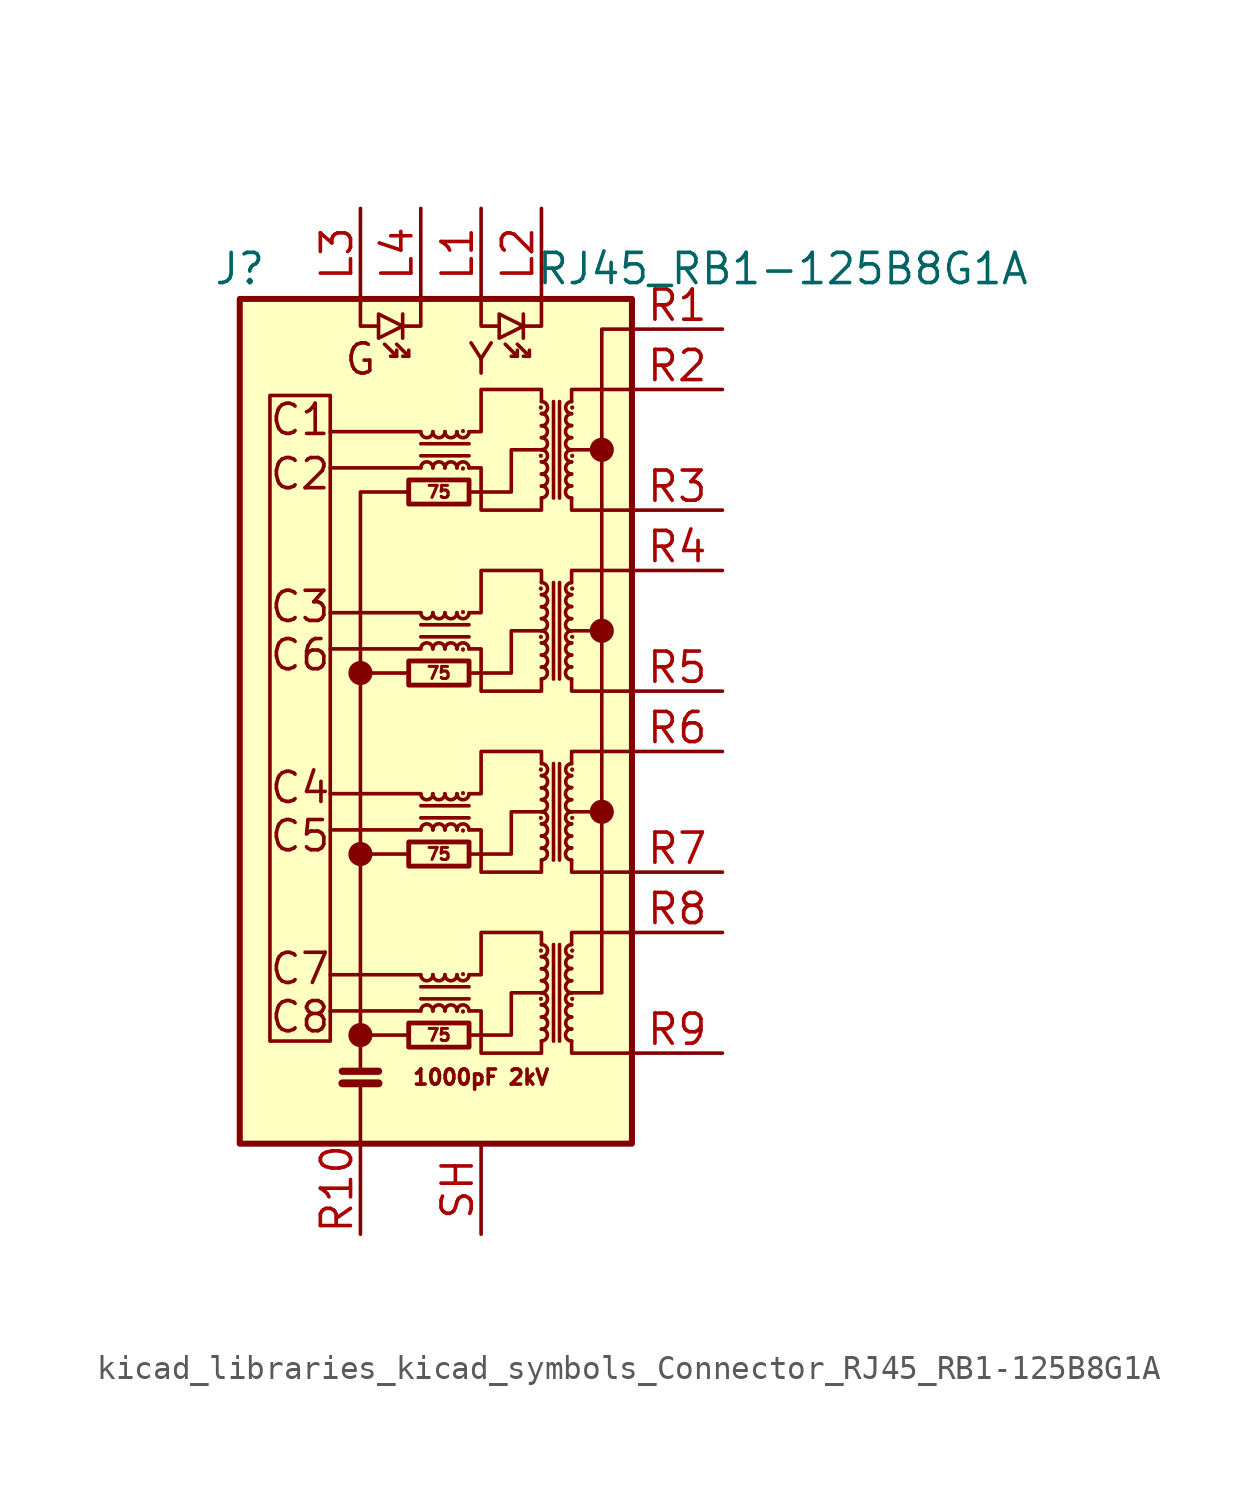
<source format=kicad_sym>
(kicad_symbol_lib
  (version 20220914)
  (generator kicad_symbol_editor)
  (symbol "kicad_libraries_kicad_symbols_Connector_RJ45_RB1-125B8G1A"
    (pin_names hide)
    (property "Reference" "J"
      (at -7.62 20.32 0)
      (effects (font (size 1.27 1.27))))
    (property "Value" "RJ45_RB1-125B8G1A"
      (at 15.24 20.32 0)
      (effects (font (size 1.27 1.27))))
    (symbol "kicad_libraries_kicad_symbols_Connector_RJ45_RB1-125B8G1A_0_0"
      (circle (center -2.54 -11.938) (radius 0.0001) (stroke (width 0.508) (type default)) (fill (type none)))
      (circle (center -2.54 -4.318) (radius 0.0001) (stroke (width 0.508) (type default)) (fill (type none)))
      (circle (center -2.54 3.302) (radius 0.0001) (stroke (width 0.508) (type default)) (fill (type none)))
      (polyline (pts (xy -0.508 -11.938) (xy -2.54 -11.938)) (stroke (width 0) (type default)) (fill (type none)))
      (polyline (pts (xy 0 -10.922) (xy -3.81 -10.922)) (stroke (width 0) (type default)) (fill (type none)))
      (polyline (pts (xy 0 -9.398) (xy -3.81 -9.398)) (stroke (width 0) (type default)) (fill (type none)))
      (polyline (pts (xy 0 -3.302) (xy -3.81 -3.302)) (stroke (width 0) (type default)) (fill (type none)))
      (polyline (pts (xy 0 -1.778) (xy -3.81 -1.778)) (stroke (width 0) (type default)) (fill (type none)))
      (polyline (pts (xy 0 4.318) (xy -3.81 4.318)) (stroke (width 0) (type default)) (fill (type none)))
      (polyline (pts (xy 0 5.842) (xy -3.81 5.842)) (stroke (width 0) (type default)) (fill (type none)))
      (polyline (pts (xy 0 11.938) (xy -3.81 11.938)) (stroke (width 0) (type default)) (fill (type none)))
      (polyline (pts (xy 0 13.462) (xy -3.81 13.462)) (stroke (width 0) (type default)) (fill (type none)))
      (polyline (pts (xy 6.35 5.08) (xy 7.62 5.08)) (stroke (width 0) (type default)) (fill (type none)))
      (polyline (pts (xy 7.62 -2.54) (xy 6.35 -2.54)) (stroke (width 0) (type default)) (fill (type none)))
      (polyline (pts (xy 7.62 12.7) (xy 6.35 12.7)) (stroke (width 0) (type default)) (fill (type none)))
      (polyline (pts (xy 2.032 -11.938) (xy 3.81 -11.938) (xy 3.81 -10.16) (xy 5.08 -10.16)) (stroke (width 0) (type default)) (fill (type none)))
      (polyline (pts (xy 2.032 -4.318) (xy 3.81 -4.318) (xy 3.81 -2.54) (xy 5.08 -2.54)) (stroke (width 0) (type default)) (fill (type none)))
      (polyline (pts (xy 2.032 3.302) (xy 3.81 3.302) (xy 3.81 5.08) (xy 5.08 5.08)) (stroke (width 0) (type default)) (fill (type none)))
      (polyline (pts (xy 2.032 10.922) (xy 3.81 10.922) (xy 3.81 12.7) (xy 5.08 12.7)) (stroke (width 0) (type default)) (fill (type none)))
      (circle (center 7.62 -2.54) (radius 0.0001) (stroke (width 0.508) (type default)) (fill (type none)))
      (circle (center 7.62 5.08) (radius 0.0001) (stroke (width 0.508) (type default)) (fill (type none)))
      (circle (center 7.62 12.7) (radius 0.0001) (stroke (width 0.508) (type default)) (fill (type none)))
      (text "1000pF 2kV" (at 2.54 -13.716 0) (effects (font (size 0.635 0.635))))
      (text "C1" (at -5.08 13.97 0) (effects (font (size 1.27 1.27))))
      (text "C2" (at -5.08 11.684 0) (effects (font (size 1.27 1.27))))
      (text "C3" (at -5.08 6.096 0) (effects (font (size 1.27 1.27))))
      (text "C4" (at -5.08 -1.524 0) (effects (font (size 1.27 1.27))))
      (text "C5" (at -5.08 -3.556 0) (effects (font (size 1.27 1.27))))
      (text "C6" (at -5.08 4.064 0) (effects (font (size 1.27 1.27))))
      (text "C7" (at -5.08 -9.144 0) (effects (font (size 1.27 1.27))))
      (text "C8" (at -5.08 -11.176 0) (effects (font (size 1.27 1.27))))
      (text "G" (at -2.54 16.51 0) (effects (font (size 1.27 1.27))))
      (text "Y" (at 2.54 16.51 0) (effects (font (size 1.27 1.27)))))
    (symbol "kicad_libraries_kicad_symbols_Connector_RJ45_RB1-125B8G1A_0_1"
      (rectangle (start -7.62 19.05) (end 8.89 -16.51) (stroke (width 0.254) (type default)) (fill (type background)))
      (rectangle (start -3.81 -12.192) (end -6.35 14.986) (stroke (width 0) (type default)) (fill (type none)))
      (rectangle (start -0.508 -12.446) (end 2.032 -11.43) (stroke (width 0.203) (type default)) (fill (type none)))
      (rectangle (start -0.508 -4.826) (end 2.032 -3.81) (stroke (width 0.203) (type default)) (fill (type none)))
      (rectangle (start -0.508 2.794) (end 2.032 3.81) (stroke (width 0.203) (type default)) (fill (type none)))
      (rectangle (start -0.508 10.414) (end 2.032 11.43) (stroke (width 0.203) (type default)) (fill (type none)))
      (arc (start 0 -9.398) (mid 0.254 -9.6509) (end 0.508 -9.398) (stroke (width 0) (type default)) (fill (type none)))
      (arc (start 0 -1.778) (mid 0.254 -2.0309) (end 0.508 -1.778) (stroke (width 0) (type default)) (fill (type none)))
      (polyline (pts (xy -3.302 -13.97) (xy -1.778 -13.97)) (stroke (width 0.33) (type default)) (fill (type none)))
      (polyline (pts (xy -3.302 -13.462) (xy -1.778 -13.462)) (stroke (width 0.305) (type default)) (fill (type none)))
      (polyline (pts (xy -2.54 -16.51) (xy -2.54 -13.97)) (stroke (width 0) (type default)) (fill (type none)))
      (polyline (pts (xy -2.54 3.302) (xy -0.508 3.302)) (stroke (width 0) (type default)) (fill (type none)))
      (polyline (pts (xy -1.016 16.637) (xy -1.524 17.145)) (stroke (width 0) (type default)) (fill (type none)))
      (polyline (pts (xy -0.762 18.415) (xy -0.762 17.399)) (stroke (width 0) (type default)) (fill (type none)))
      (polyline (pts (xy -0.508 -4.318) (xy -2.54 -4.318)) (stroke (width 0) (type default)) (fill (type none)))
      (polyline (pts (xy -0.508 16.637) (xy -1.016 17.145)) (stroke (width 0) (type default)) (fill (type none)))
      (polyline (pts (xy 0 -10.414) (xy 2.032 -10.414)) (stroke (width 0) (type default)) (fill (type none)))
      (polyline (pts (xy 0 -2.794) (xy 2.032 -2.794)) (stroke (width 0) (type default)) (fill (type none)))
      (polyline (pts (xy 0 4.826) (xy 2.032 4.826)) (stroke (width 0) (type default)) (fill (type none)))
      (polyline (pts (xy 0 12.446) (xy 2.032 12.446)) (stroke (width 0) (type default)) (fill (type none)))
      (polyline (pts (xy 2.032 -9.906) (xy 0 -9.906)) (stroke (width 0) (type default)) (fill (type none)))
      (polyline (pts (xy 2.032 -2.286) (xy 0 -2.286)) (stroke (width 0) (type default)) (fill (type none)))
      (polyline (pts (xy 2.032 5.334) (xy 0 5.334)) (stroke (width 0) (type default)) (fill (type none)))
      (polyline (pts (xy 2.032 12.954) (xy 0 12.954)) (stroke (width 0) (type default)) (fill (type none)))
      (polyline (pts (xy 4.064 16.637) (xy 3.556 17.145)) (stroke (width 0) (type default)) (fill (type none)))
      (polyline (pts (xy 4.318 18.415) (xy 4.318 17.399)) (stroke (width 0) (type default)) (fill (type none)))
      (polyline (pts (xy 4.572 16.637) (xy 4.064 17.145)) (stroke (width 0) (type default)) (fill (type none)))
      (polyline (pts (xy 5.588 -8.128) (xy 5.588 -12.192)) (stroke (width 0) (type default)) (fill (type none)))
      (polyline (pts (xy 5.588 -0.508) (xy 5.588 -4.572)) (stroke (width 0) (type default)) (fill (type none)))
      (polyline (pts (xy 5.588 7.112) (xy 5.588 3.048)) (stroke (width 0) (type default)) (fill (type none)))
      (polyline (pts (xy 5.588 14.732) (xy 5.588 10.668)) (stroke (width 0) (type default)) (fill (type none)))
      (polyline (pts (xy 5.842 -12.192) (xy 5.842 -8.128)) (stroke (width 0) (type default)) (fill (type none)))
      (polyline (pts (xy 5.842 -4.572) (xy 5.842 -0.508)) (stroke (width 0) (type default)) (fill (type none)))
      (polyline (pts (xy 5.842 3.048) (xy 5.842 7.112)) (stroke (width 0) (type default)) (fill (type none)))
      (polyline (pts (xy 5.842 10.668) (xy 5.842 14.732)) (stroke (width 0) (type default)) (fill (type none)))
      (polyline (pts (xy -2.54 -13.462) (xy -2.54 10.922) (xy -0.508 10.922)) (stroke (width 0) (type default)) (fill (type none)))
      (polyline (pts (xy -2.54 19.05) (xy -2.54 17.907) (xy -1.778 17.907)) (stroke (width 0) (type default)) (fill (type none)))
      (polyline (pts (xy -1.016 16.891) (xy -1.016 16.637) (xy -1.27 16.637)) (stroke (width 0) (type default)) (fill (type none)))
      (polyline (pts (xy -0.508 16.891) (xy -0.508 16.637) (xy -0.762 16.637)) (stroke (width 0) (type default)) (fill (type none)))
      (polyline (pts (xy 0 19.05) (xy 0 17.907) (xy -0.762 17.907)) (stroke (width 0) (type default)) (fill (type none)))
      (polyline (pts (xy 2.54 19.05) (xy 2.54 17.907) (xy 3.302 17.907)) (stroke (width 0) (type default)) (fill (type none)))
      (polyline (pts (xy 4.064 16.891) (xy 4.064 16.637) (xy 3.81 16.637)) (stroke (width 0) (type default)) (fill (type none)))
      (polyline (pts (xy 4.572 16.891) (xy 4.572 16.637) (xy 4.318 16.637)) (stroke (width 0) (type default)) (fill (type none)))
      (polyline (pts (xy 5.08 19.05) (xy 5.08 17.907) (xy 4.318 17.907)) (stroke (width 0) (type default)) (fill (type none)))
      (polyline (pts (xy 6.35 -12.192) (xy 6.35 -12.7) (xy 8.89 -12.7)) (stroke (width 0) (type default)) (fill (type none)))
      (polyline (pts (xy 6.35 -8.128) (xy 6.35 -7.62) (xy 8.89 -7.62)) (stroke (width 0) (type default)) (fill (type none)))
      (polyline (pts (xy 6.35 -4.572) (xy 6.35 -5.08) (xy 8.89 -5.08)) (stroke (width 0) (type default)) (fill (type none)))
      (polyline (pts (xy 6.35 -0.508) (xy 6.35 0) (xy 8.89 0)) (stroke (width 0) (type default)) (fill (type none)))
      (polyline (pts (xy 6.35 3.048) (xy 6.35 2.54) (xy 8.89 2.54)) (stroke (width 0) (type default)) (fill (type none)))
      (polyline (pts (xy 6.35 7.112) (xy 6.35 7.62) (xy 8.89 7.62)) (stroke (width 0) (type default)) (fill (type none)))
      (polyline (pts (xy 6.35 10.668) (xy 6.35 10.16) (xy 8.89 10.16)) (stroke (width 0) (type default)) (fill (type none)))
      (polyline (pts (xy 6.35 14.732) (xy 6.35 15.24) (xy 8.89 15.24)) (stroke (width 0) (type default)) (fill (type none)))
      (polyline (pts (xy -0.762 17.907) (xy -1.778 18.415) (xy -1.778 17.399) (xy -0.762 17.907)) (stroke (width 0) (type default)) (fill (type none)))
      (polyline (pts (xy 4.318 17.907) (xy 3.302 18.415) (xy 3.302 17.399) (xy 4.318 17.907)) (stroke (width 0) (type default)) (fill (type none)))
      (polyline (pts (xy 8.89 17.78) (xy 7.62 17.78) (xy 7.62 -10.16) (xy 6.35 -10.16)) (stroke (width 0) (type default)) (fill (type none)))
      (polyline (pts (xy 2.032 -9.398) (xy 2.54 -9.398) (xy 2.54 -7.62) (xy 5.08 -7.62) (xy 5.08 -8.128)) (stroke (width 0) (type default)) (fill (type none)))
      (polyline (pts (xy 2.032 -1.778) (xy 2.54 -1.778) (xy 2.54 0) (xy 5.08 0) (xy 5.08 -0.508)) (stroke (width 0) (type default)) (fill (type none)))
      (polyline (pts (xy 2.032 5.842) (xy 2.54 5.842) (xy 2.54 7.62) (xy 5.08 7.62) (xy 5.08 7.112)) (stroke (width 0) (type default)) (fill (type none)))
      (polyline (pts (xy 2.032 13.462) (xy 2.54 13.462) (xy 2.54 15.24) (xy 5.08 15.24) (xy 5.08 14.732)) (stroke (width 0) (type default)) (fill (type none)))
      (polyline (pts (xy 5.08 -12.192) (xy 5.08 -12.7) (xy 2.54 -12.7) (xy 2.54 -10.922) (xy 2.032 -10.922)) (stroke (width 0) (type default)) (fill (type none)))
      (polyline (pts (xy 5.08 -4.572) (xy 5.08 -5.08) (xy 2.54 -5.08) (xy 2.54 -3.302) (xy 2.032 -3.302)) (stroke (width 0) (type default)) (fill (type none)))
      (polyline (pts (xy 5.08 3.048) (xy 5.08 2.54) (xy 2.54 2.54) (xy 2.54 4.318) (xy 2.032 4.318)) (stroke (width 0) (type default)) (fill (type none)))
      (polyline (pts (xy 5.08 10.668) (xy 5.08 10.16) (xy 2.54 10.16) (xy 2.54 11.938) (xy 2.032 11.938)) (stroke (width 0) (type default)) (fill (type none)))
      (arc (start 0 5.842) (mid 0.254 5.5891) (end 0.508 5.842) (stroke (width 0) (type default)) (fill (type none)))
      (arc (start 0 13.462) (mid 0.254 13.2091) (end 0.508 13.462) (stroke (width 0) (type default)) (fill (type none)))
      (arc (start 0.508 -10.922) (mid 0.254 -10.6691) (end 0 -10.922) (stroke (width 0) (type default)) (fill (type none)))
      (arc (start 0.508 -9.398) (mid 0.762 -9.6509) (end 1.016 -9.398) (stroke (width 0) (type default)) (fill (type none)))
      (arc (start 0.508 -3.302) (mid 0.254 -3.0491) (end 0 -3.302) (stroke (width 0) (type default)) (fill (type none)))
      (arc (start 0.508 -1.778) (mid 0.762 -2.0309) (end 1.016 -1.778) (stroke (width 0) (type default)) (fill (type none)))
      (arc (start 0.508 4.318) (mid 0.254 4.5709) (end 0 4.318) (stroke (width 0) (type default)) (fill (type none)))
      (arc (start 0.508 5.842) (mid 0.762 5.5891) (end 1.016 5.842) (stroke (width 0) (type default)) (fill (type none)))
      (arc (start 0.508 11.938) (mid 0.254 12.1909) (end 0 11.938) (stroke (width 0) (type default)) (fill (type none)))
      (arc (start 0.508 13.462) (mid 0.762 13.2091) (end 1.016 13.462) (stroke (width 0) (type default)) (fill (type none)))
      (arc (start 1.016 -10.922) (mid 0.762 -10.6691) (end 0.508 -10.922) (stroke (width 0) (type default)) (fill (type none)))
      (arc (start 1.016 -9.398) (mid 1.27 -9.6509) (end 1.524 -9.398) (stroke (width 0) (type default)) (fill (type none)))
      (arc (start 1.016 -3.302) (mid 0.762 -3.0491) (end 0.508 -3.302) (stroke (width 0) (type default)) (fill (type none)))
      (arc (start 1.016 -1.778) (mid 1.27 -2.0309) (end 1.524 -1.778) (stroke (width 0) (type default)) (fill (type none)))
      (arc (start 1.016 4.318) (mid 0.762 4.5709) (end 0.508 4.318) (stroke (width 0) (type default)) (fill (type none)))
      (arc (start 1.016 5.842) (mid 1.27 5.5891) (end 1.524 5.842) (stroke (width 0) (type default)) (fill (type none)))
      (arc (start 1.016 11.938) (mid 0.762 12.1909) (end 0.508 11.938) (stroke (width 0) (type default)) (fill (type none)))
      (arc (start 1.016 13.462) (mid 1.27 13.2091) (end 1.524 13.462) (stroke (width 0) (type default)) (fill (type none)))
      (arc (start 1.524 -10.922) (mid 1.27 -10.6691) (end 1.016 -10.922) (stroke (width 0) (type default)) (fill (type none)))
      (arc (start 1.524 -9.398) (mid 1.778 -9.6509) (end 2.032 -9.398) (stroke (width 0) (type default)) (fill (type none)))
      (arc (start 1.524 -3.302) (mid 1.27 -3.0491) (end 1.016 -3.302) (stroke (width 0) (type default)) (fill (type none)))
      (arc (start 1.524 -1.778) (mid 1.778 -2.0309) (end 2.032 -1.778) (stroke (width 0) (type default)) (fill (type none)))
      (arc (start 1.524 4.318) (mid 1.27 4.5709) (end 1.016 4.318) (stroke (width 0) (type default)) (fill (type none)))
      (arc (start 1.524 5.842) (mid 1.778 5.5891) (end 2.032 5.842) (stroke (width 0) (type default)) (fill (type none)))
      (arc (start 1.524 11.938) (mid 1.27 12.1909) (end 1.016 11.938) (stroke (width 0) (type default)) (fill (type none)))
      (arc (start 1.524 13.462) (mid 1.778 13.2091) (end 2.032 13.462) (stroke (width 0) (type default)) (fill (type none)))
      (circle (center 1.778 -10.947) (radius 0.076) (stroke (width 0.025) (type default)) (fill (type outline)))
      (circle (center 1.778 -9.373) (radius 0.076) (stroke (width 0.025) (type default)) (fill (type outline)))
      (circle (center 1.778 -3.327) (radius 0.076) (stroke (width 0.025) (type default)) (fill (type outline)))
      (circle (center 1.778 -1.753) (radius 0.076) (stroke (width 0.025) (type default)) (fill (type outline)))
      (circle (center 1.778 4.293) (radius 0.076) (stroke (width 0.025) (type default)) (fill (type outline)))
      (circle (center 1.778 5.867) (radius 0.076) (stroke (width 0.025) (type default)) (fill (type outline)))
      (circle (center 1.778 11.913) (radius 0.076) (stroke (width 0.025) (type default)) (fill (type outline)))
      (circle (center 1.778 13.487) (radius 0.076) (stroke (width 0.025) (type default)) (fill (type outline)))
      (arc (start 2.032 -10.922) (mid 1.778 -10.6691) (end 1.524 -10.922) (stroke (width 0) (type default)) (fill (type none)))
      (arc (start 2.032 -3.302) (mid 1.778 -3.0491) (end 1.524 -3.302) (stroke (width 0) (type default)) (fill (type none)))
      (arc (start 2.032 4.318) (mid 1.778 4.5709) (end 1.524 4.318) (stroke (width 0) (type default)) (fill (type none)))
      (arc (start 2.032 11.938) (mid 1.778 12.1909) (end 1.524 11.938) (stroke (width 0) (type default)) (fill (type none)))
      (circle (center 5.055 -10.414) (radius 0.076) (stroke (width 0.025) (type default)) (fill (type outline)))
      (circle (center 5.055 -8.382) (radius 0.076) (stroke (width 0.025) (type default)) (fill (type outline)))
      (circle (center 5.055 -2.794) (radius 0.076) (stroke (width 0.025) (type default)) (fill (type outline)))
      (circle (center 5.055 -0.762) (radius 0.076) (stroke (width 0.025) (type default)) (fill (type outline)))
      (circle (center 5.055 4.826) (radius 0.076) (stroke (width 0.025) (type default)) (fill (type outline)))
      (circle (center 5.055 6.858) (radius 0.076) (stroke (width 0.025) (type default)) (fill (type outline)))
      (circle (center 5.055 12.446) (radius 0.076) (stroke (width 0.025) (type default)) (fill (type outline)))
      (circle (center 5.055 14.478) (radius 0.076) (stroke (width 0.025) (type default)) (fill (type outline)))
      (arc (start 5.08 -12.192) (mid 5.3329 -11.938) (end 5.08 -11.684) (stroke (width 0) (type default)) (fill (type none)))
      (arc (start 5.08 -11.684) (mid 5.3329 -11.43) (end 5.08 -11.176) (stroke (width 0) (type default)) (fill (type none)))
      (arc (start 5.08 -11.176) (mid 5.3329 -10.922) (end 5.08 -10.668) (stroke (width 0) (type default)) (fill (type none)))
      (arc (start 5.08 -10.668) (mid 5.3329 -10.414) (end 5.08 -10.16) (stroke (width 0) (type default)) (fill (type none)))
      (arc (start 5.08 -10.16) (mid 5.3329 -9.906) (end 5.08 -9.652) (stroke (width 0) (type default)) (fill (type none)))
      (arc (start 5.08 -9.652) (mid 5.3329 -9.398) (end 5.08 -9.144) (stroke (width 0) (type default)) (fill (type none)))
      (arc (start 5.08 -9.144) (mid 5.3329 -8.89) (end 5.08 -8.636) (stroke (width 0) (type default)) (fill (type none)))
      (arc (start 5.08 -8.636) (mid 5.3329 -8.382) (end 5.08 -8.128) (stroke (width 0) (type default)) (fill (type none)))
      (arc (start 5.08 -4.572) (mid 5.3329 -4.318) (end 5.08 -4.064) (stroke (width 0) (type default)) (fill (type none)))
      (arc (start 5.08 -4.064) (mid 5.3329 -3.81) (end 5.08 -3.556) (stroke (width 0) (type default)) (fill (type none)))
      (arc (start 5.08 -3.556) (mid 5.3329 -3.302) (end 5.08 -3.048) (stroke (width 0) (type default)) (fill (type none)))
      (arc (start 5.08 -3.048) (mid 5.3329 -2.794) (end 5.08 -2.54) (stroke (width 0) (type default)) (fill (type none)))
      (arc (start 5.08 -2.54) (mid 5.3329 -2.286) (end 5.08 -2.032) (stroke (width 0) (type default)) (fill (type none)))
      (arc (start 5.08 -2.032) (mid 5.3329 -1.778) (end 5.08 -1.524) (stroke (width 0) (type default)) (fill (type none)))
      (arc (start 5.08 -1.524) (mid 5.3329 -1.27) (end 5.08 -1.016) (stroke (width 0) (type default)) (fill (type none)))
      (arc (start 5.08 -1.016) (mid 5.3329 -0.762) (end 5.08 -0.508) (stroke (width 0) (type default)) (fill (type none)))
      (arc (start 5.08 3.048) (mid 5.3329 3.302) (end 5.08 3.556) (stroke (width 0) (type default)) (fill (type none)))
      (arc (start 5.08 3.556) (mid 5.3329 3.81) (end 5.08 4.064) (stroke (width 0) (type default)) (fill (type none)))
      (arc (start 5.08 4.064) (mid 5.3329 4.318) (end 5.08 4.572) (stroke (width 0) (type default)) (fill (type none)))
      (arc (start 5.08 4.572) (mid 5.3329 4.826) (end 5.08 5.08) (stroke (width 0) (type default)) (fill (type none)))
      (arc (start 5.08 5.08) (mid 5.3329 5.334) (end 5.08 5.588) (stroke (width 0) (type default)) (fill (type none)))
      (arc (start 5.08 5.588) (mid 5.3329 5.842) (end 5.08 6.096) (stroke (width 0) (type default)) (fill (type none)))
      (arc (start 5.08 6.096) (mid 5.3329 6.35) (end 5.08 6.604) (stroke (width 0) (type default)) (fill (type none)))
      (arc (start 5.08 6.604) (mid 5.3329 6.858) (end 5.08 7.112) (stroke (width 0) (type default)) (fill (type none)))
      (arc (start 5.08 10.668) (mid 5.3329 10.922) (end 5.08 11.176) (stroke (width 0) (type default)) (fill (type none)))
      (arc (start 5.08 11.176) (mid 5.3329 11.43) (end 5.08 11.684) (stroke (width 0) (type default)) (fill (type none)))
      (arc (start 5.08 11.684) (mid 5.3329 11.938) (end 5.08 12.192) (stroke (width 0) (type default)) (fill (type none)))
      (arc (start 5.08 12.192) (mid 5.3329 12.446) (end 5.08 12.7) (stroke (width 0) (type default)) (fill (type none)))
      (arc (start 5.08 12.7) (mid 5.3329 12.954) (end 5.08 13.208) (stroke (width 0) (type default)) (fill (type none)))
      (arc (start 5.08 13.208) (mid 5.3329 13.462) (end 5.08 13.716) (stroke (width 0) (type default)) (fill (type none)))
      (arc (start 5.08 13.716) (mid 5.3329 13.97) (end 5.08 14.224) (stroke (width 0) (type default)) (fill (type none)))
      (arc (start 5.08 14.224) (mid 5.3329 14.478) (end 5.08 14.732) (stroke (width 0) (type default)) (fill (type none)))
      (arc (start 6.35 -11.684) (mid 6.0971 -11.938) (end 6.35 -12.192) (stroke (width 0) (type default)) (fill (type none)))
      (arc (start 6.35 -11.176) (mid 6.0971 -11.43) (end 6.35 -11.684) (stroke (width 0) (type default)) (fill (type none)))
      (arc (start 6.35 -10.668) (mid 6.0971 -10.922) (end 6.35 -11.176) (stroke (width 0) (type default)) (fill (type none)))
      (arc (start 6.35 -10.16) (mid 6.0971 -10.414) (end 6.35 -10.668) (stroke (width 0) (type default)) (fill (type none)))
      (arc (start 6.35 -9.652) (mid 6.0971 -9.906) (end 6.35 -10.16) (stroke (width 0) (type default)) (fill (type none)))
      (arc (start 6.35 -9.144) (mid 6.0971 -9.398) (end 6.35 -9.652) (stroke (width 0) (type default)) (fill (type none)))
      (arc (start 6.35 -8.636) (mid 6.0971 -8.89) (end 6.35 -9.144) (stroke (width 0) (type default)) (fill (type none)))
      (arc (start 6.35 -8.128) (mid 6.0971 -8.382) (end 6.35 -8.636) (stroke (width 0) (type default)) (fill (type none)))
      (arc (start 6.35 -4.064) (mid 6.0971 -4.318) (end 6.35 -4.572) (stroke (width 0) (type default)) (fill (type none)))
      (arc (start 6.35 -3.556) (mid 6.0971 -3.81) (end 6.35 -4.064) (stroke (width 0) (type default)) (fill (type none)))
      (arc (start 6.35 -3.048) (mid 6.0971 -3.302) (end 6.35 -3.556) (stroke (width 0) (type default)) (fill (type none)))
      (arc (start 6.35 -2.54) (mid 6.0971 -2.794) (end 6.35 -3.048) (stroke (width 0) (type default)) (fill (type none)))
      (arc (start 6.35 -2.032) (mid 6.0971 -2.286) (end 6.35 -2.54) (stroke (width 0) (type default)) (fill (type none)))
      (arc (start 6.35 -1.524) (mid 6.0971 -1.778) (end 6.35 -2.032) (stroke (width 0) (type default)) (fill (type none)))
      (arc (start 6.35 -1.016) (mid 6.0971 -1.27) (end 6.35 -1.524) (stroke (width 0) (type default)) (fill (type none)))
      (arc (start 6.35 -0.508) (mid 6.0971 -0.762) (end 6.35 -1.016) (stroke (width 0) (type default)) (fill (type none)))
      (arc (start 6.35 3.556) (mid 6.0971 3.302) (end 6.35 3.048) (stroke (width 0) (type default)) (fill (type none)))
      (arc (start 6.35 4.064) (mid 6.0971 3.81) (end 6.35 3.556) (stroke (width 0) (type default)) (fill (type none)))
      (arc (start 6.35 4.572) (mid 6.0971 4.318) (end 6.35 4.064) (stroke (width 0) (type default)) (fill (type none)))
      (arc (start 6.35 5.08) (mid 6.0971 4.826) (end 6.35 4.572) (stroke (width 0) (type default)) (fill (type none)))
      (arc (start 6.35 5.588) (mid 6.0971 5.334) (end 6.35 5.08) (stroke (width 0) (type default)) (fill (type none)))
      (arc (start 6.35 6.096) (mid 6.0971 5.842) (end 6.35 5.588) (stroke (width 0) (type default)) (fill (type none)))
      (arc (start 6.35 6.604) (mid 6.0971 6.35) (end 6.35 6.096) (stroke (width 0) (type default)) (fill (type none)))
      (arc (start 6.35 7.112) (mid 6.0971 6.858) (end 6.35 6.604) (stroke (width 0) (type default)) (fill (type none)))
      (arc (start 6.35 11.176) (mid 6.0971 10.922) (end 6.35 10.668) (stroke (width 0) (type default)) (fill (type none)))
      (arc (start 6.35 11.684) (mid 6.0971 11.43) (end 6.35 11.176) (stroke (width 0) (type default)) (fill (type none)))
      (arc (start 6.35 12.192) (mid 6.0971 11.938) (end 6.35 11.684) (stroke (width 0) (type default)) (fill (type none)))
      (arc (start 6.35 12.7) (mid 6.0971 12.446) (end 6.35 12.192) (stroke (width 0) (type default)) (fill (type none)))
      (arc (start 6.35 13.208) (mid 6.0971 12.954) (end 6.35 12.7) (stroke (width 0) (type default)) (fill (type none)))
      (arc (start 6.35 13.716) (mid 6.0971 13.462) (end 6.35 13.208) (stroke (width 0) (type default)) (fill (type none)))
      (arc (start 6.35 14.224) (mid 6.0971 13.97) (end 6.35 13.716) (stroke (width 0) (type default)) (fill (type none)))
      (arc (start 6.35 14.732) (mid 6.0971 14.478) (end 6.35 14.224) (stroke (width 0) (type default)) (fill (type none)))
      (circle (center 6.375 -10.414) (radius 0.076) (stroke (width 0.025) (type default)) (fill (type outline)))
      (circle (center 6.375 -8.382) (radius 0.076) (stroke (width 0.025) (type default)) (fill (type outline)))
      (circle (center 6.375 -2.794) (radius 0.076) (stroke (width 0.025) (type default)) (fill (type outline)))
      (circle (center 6.375 -0.762) (radius 0.076) (stroke (width 0.025) (type default)) (fill (type outline)))
      (circle (center 6.375 4.826) (radius 0.076) (stroke (width 0.025) (type default)) (fill (type outline)))
      (circle (center 6.375 6.858) (radius 0.076) (stroke (width 0.025) (type default)) (fill (type outline)))
      (circle (center 6.375 12.446) (radius 0.076) (stroke (width 0.025) (type default)) (fill (type outline)))
      (circle (center 6.375 14.478) (radius 0.076) (stroke (width 0.025) (type default)) (fill (type outline)))
      (pin power_in line (at -2.54 -20.32 90) (length 3.81) (name "GND" (effects (font (size 1.27 1.27)))) (number "R10" (effects (font (size 1.27 1.27))))))
    (symbol "kicad_libraries_kicad_symbols_Connector_RJ45_RB1-125B8G1A_1_0"
      (text "75" (at 0.762 -11.938 0) (effects (font (size 0.508 0.508))))
      (text "75" (at 0.762 -4.318 0) (effects (font (size 0.508 0.508))))
      (text "75" (at 0.762 3.302 0) (effects (font (size 0.508 0.508))))
      (text "75" (at 0.762 10.922 0) (effects (font (size 0.508 0.508)))))
    (symbol "kicad_libraries_kicad_symbols_Connector_RJ45_RB1-125B8G1A_1_1"
      (pin passive line (at 2.54 22.86 270) (length 3.81) (name "~" (effects (font (size 1.27 1.27)))) (number "L1" (effects (font (size 1.27 1.27)))))
      (pin passive line (at 5.08 22.86 270) (length 3.81) (name "~" (effects (font (size 1.27 1.27)))) (number "L2" (effects (font (size 1.27 1.27)))))
      (pin passive line (at -2.54 22.86 270) (length 3.81) (name "~" (effects (font (size 1.27 1.27)))) (number "L3" (effects (font (size 1.27 1.27)))))
      (pin passive line (at 0 22.86 270) (length 3.81) (name "~" (effects (font (size 1.27 1.27)))) (number "L4" (effects (font (size 1.27 1.27)))))
      (pin passive line (at 12.7 17.78 180) (length 3.81) (name "CT" (effects (font (size 1.27 1.27)))) (number "R1" (effects (font (size 1.27 1.27)))))
      (pin passive line (at 12.7 15.24 180) (length 3.81) (name "TD1+" (effects (font (size 1.27 1.27)))) (number "R2" (effects (font (size 1.27 1.27)))))
      (pin passive line (at 12.7 10.16 180) (length 3.81) (name "TD1-" (effects (font (size 1.27 1.27)))) (number "R3" (effects (font (size 1.27 1.27)))))
      (pin passive line (at 12.7 7.62 180) (length 3.81) (name "TD2+" (effects (font (size 1.27 1.27)))) (number "R4" (effects (font (size 1.27 1.27)))))
      (pin passive line (at 12.7 2.54 180) (length 3.81) (name "TD2-" (effects (font (size 1.27 1.27)))) (number "R5" (effects (font (size 1.27 1.27)))))
      (pin passive line (at 12.7 0 180) (length 3.81) (name "TD3+" (effects (font (size 1.27 1.27)))) (number "R6" (effects (font (size 1.27 1.27)))))
      (pin passive line (at 12.7 -5.08 180) (length 3.81) (name "TD3-" (effects (font (size 1.27 1.27)))) (number "R7" (effects (font (size 1.27 1.27)))))
      (pin passive line (at 12.7 -7.62 180) (length 3.81) (name "TD4+" (effects (font (size 1.27 1.27)))) (number "R8" (effects (font (size 1.27 1.27)))))
      (pin passive line (at 12.7 -12.7 180) (length 3.81) (name "TD4-" (effects (font (size 1.27 1.27)))) (number "R9" (effects (font (size 1.27 1.27)))))
      (pin passive line (at 2.54 -20.32 90) (length 3.81) (name "SH" (effects (font (size 1.27 1.27)))) (number "SH" (effects (font (size 1.27 1.27))))))))
</source>
